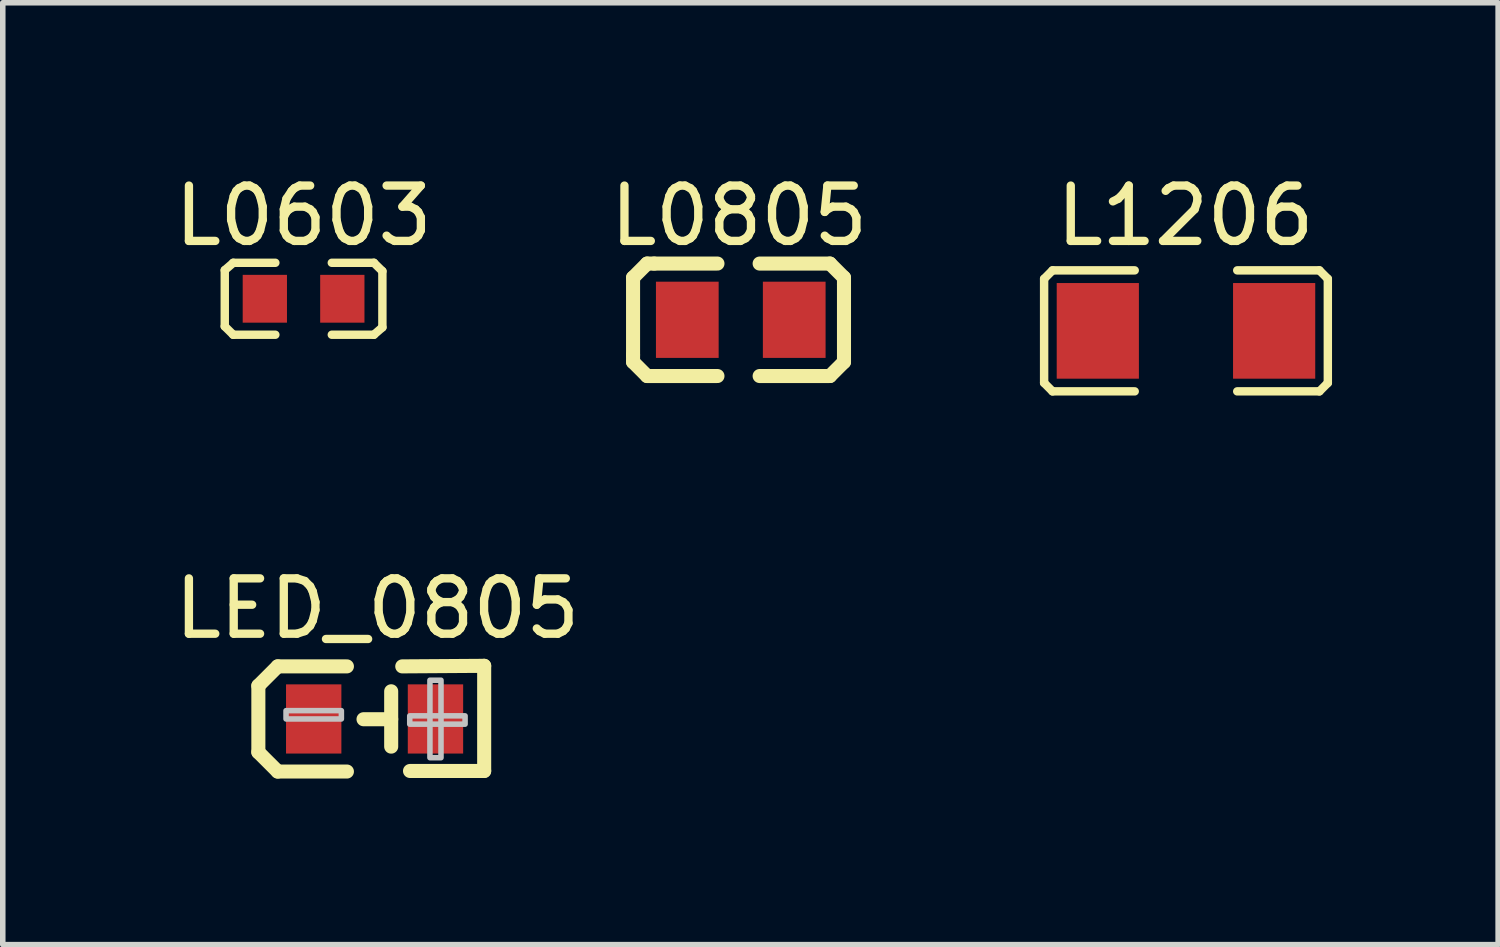
<source format=kicad_pcb>
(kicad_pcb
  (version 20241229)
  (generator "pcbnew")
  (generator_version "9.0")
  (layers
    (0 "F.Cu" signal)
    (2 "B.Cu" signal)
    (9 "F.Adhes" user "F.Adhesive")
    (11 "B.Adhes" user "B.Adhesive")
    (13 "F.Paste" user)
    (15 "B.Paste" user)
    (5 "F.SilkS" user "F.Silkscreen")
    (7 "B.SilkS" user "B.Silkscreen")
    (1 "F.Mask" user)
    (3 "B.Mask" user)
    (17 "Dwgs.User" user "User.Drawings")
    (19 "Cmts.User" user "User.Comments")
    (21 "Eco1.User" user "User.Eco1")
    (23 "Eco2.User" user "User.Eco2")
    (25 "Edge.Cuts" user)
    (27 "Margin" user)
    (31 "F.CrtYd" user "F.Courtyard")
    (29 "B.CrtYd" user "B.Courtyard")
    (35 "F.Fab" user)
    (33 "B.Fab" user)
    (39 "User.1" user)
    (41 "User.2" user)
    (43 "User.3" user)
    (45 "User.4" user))
  (footprint "L0603"
    (layer "F.Cu")
    (at 2.435 2.348)
    (property "Reference" "L0603" (at 0 -1.5 0) (layer "F.SilkS") (effects (font (size 1 1) (thickness 0.15))))
    (fp_line (start -1.424 -0.517) (end -1.27 -0.65) (stroke (width 0.152) (type default)) (layer "F.SilkS"))
    (fp_line (start -1.424 0.499) (end -1.424 -0.517) (stroke (width 0.152) (type default)) (layer "F.SilkS"))
    (fp_line (start -1.272 -0.65) (end -0.51 -0.65) (stroke (width 0.152) (type default)) (layer "F.SilkS"))
    (fp_line (start -1.272 0.65) (end -0.51 0.65) (stroke (width 0.152) (type default)) (layer "F.SilkS"))
    (fp_line (start -1.27 0.651) (end -1.424 0.499) (stroke (width 0.152) (type default)) (layer "F.SilkS"))
    (fp_line (start 1.27 -0.65) (end 1.424 -0.499) (stroke (width 0.152) (type default)) (layer "F.SilkS"))
    (fp_line (start 1.272 -0.65) (end 0.51 -0.65) (stroke (width 0.152) (type default)) (layer "F.SilkS"))
    (fp_line (start 1.272 0.65) (end 0.51 0.65) (stroke (width 0.152) (type default)) (layer "F.SilkS"))
    (fp_line (start 1.424 -0.499) (end 1.424 0.517) (stroke (width 0.152) (type default)) (layer "F.SilkS"))
    (fp_line (start 1.424 0.517) (end 1.27 0.65) (stroke (width 0.152) (type default)) (layer "F.SilkS"))
    (fp_poly (pts (xy -0.252 -0.143) (xy -0.252 0.134) (xy -0.526 0.427) (xy -1.029 0.427) (xy -1.093 0.363) (xy -1.093 -0.372) (xy -1.029 -0.436) (xy -0.526 -0.436)) (stroke (width 0) (type default)) (fill yes) (layer "F.Paste"))
    (fp_poly (pts (xy 0.264 -0.154) (xy 0.264 0.122) (xy 0.538 0.416) (xy 1.042 0.416) (xy 1.105 0.352) (xy 1.105 -0.384) (xy 1.042 -0.448) (xy 0.538 -0.448)) (stroke (width 0) (type default)) (fill yes) (layer "F.Paste"))
    (fp_poly (pts (xy -0.5 0.4) (xy -0.8 0.4) (xy -0.8 -0.4) (xy -0.5 -0.4)) (stroke (width 0.1) (type default)) (fill no) (layer "User.1"))
    (fp_poly (pts (xy 0.8 0.4) (xy 0.5 0.4) (xy 0.5 -0.4) (xy 0.8 -0.4)) (stroke (width 0.1) (type default)) (fill no) (layer "User.1"))
    (fp_line (start -0.8 -0.4) (end 0.8 -0.4) (stroke (width 0.051) (type default)) (layer "User.2"))
    (fp_line (start -0.8 0.4) (end -0.8 -0.4) (stroke (width 0.051) (type default)) (layer "User.2"))
    (fp_line (start 0.8 -0.4) (end 0.8 0.4) (stroke (width 0.051) (type default)) (layer "User.2"))
    (fp_line (start 0.8 0.4) (end -0.8 0.4) (stroke (width 0.051) (type default)) (layer "User.2"))
    (fp_poly (pts (xy -0.74 0.4) (xy -0.758 0.358) (xy -0.8 0.34) (xy -0.842 0.358) (xy -0.86 0.4) (xy -0.842 0.442) (xy -0.8 0.46) (xy -0.758 0.442)) (stroke (width 0.1) (type default)) (fill no) (layer "User.3"))
    (pad "1" smd rect (at -0.7 0 180) (size 0.8 0.864) (layers "F.Cu" "F.Mask" "F.Paste"))
    (pad "2" smd rect (at 0.7 0 180) (size 0.8 0.864) (layers "F.Cu" "F.Mask" "F.Paste")))
  (footprint "L1206"
    (layer "F.Cu")
    (at 18.378 2.928)
    (property "Reference" "L1206" (at -0.01 -2.08 0) (layer "F.SilkS") (effects (font (size 1 1) (thickness 0.15))))
    (fp_line (start -2.563 -0.94) (end -2.411 -1.093) (stroke (width 0.152) (type default)) (layer "F.SilkS"))
    (fp_line (start -2.563 0.94) (end -2.563 -0.94) (stroke (width 0.152) (type default)) (layer "F.SilkS"))
    (fp_line (start -2.411 -1.093) (end -0.926 -1.093) (stroke (width 0.152) (type default)) (layer "F.SilkS"))
    (fp_line (start -2.411 1.093) (end -2.563 0.94) (stroke (width 0.152) (type default)) (layer "F.SilkS"))
    (fp_line (start -0.926 1.093) (end -2.411 1.093) (stroke (width 0.152) (type default)) (layer "F.SilkS"))
    (fp_line (start 0.926 1.093) (end 2.411 1.093) (stroke (width 0.152) (type default)) (layer "F.SilkS"))
    (fp_line (start 2.411 -1.093) (end 0.926 -1.093) (stroke (width 0.152) (type default)) (layer "F.SilkS"))
    (fp_line (start 2.411 1.093) (end 2.563 0.94) (stroke (width 0.152) (type default)) (layer "F.SilkS"))
    (fp_line (start 2.563 -0.94) (end 2.411 -1.093) (stroke (width 0.152) (type default)) (layer "F.SilkS"))
    (fp_line (start 2.563 0.94) (end 2.563 -0.94) (stroke (width 0.152) (type default)) (layer "F.SilkS"))
    (fp_poly (pts (xy -0.85 0.764) (xy -0.85 0.394) (xy -0.95 0.294) (xy -1.255 0.294) (xy -1.355 0.194) (xy -1.355 -0.194) (xy -1.255 -0.294) (xy -0.95 -0.294) (xy -0.85 -0.394) (xy -0.85 -0.764) (xy -0.95 -0.864) (xy -2.235 -0.864) (xy -2.335 -0.764) (xy -2.335 0.764) (xy -2.235 0.864) (xy -0.95 0.864)) (stroke (width 0) (type default)) (fill yes) (layer "F.Paste"))
    (fp_poly (pts (xy 0.85 0.764) (xy 0.85 0.394) (xy 0.95 0.294) (xy 1.255 0.294) (xy 1.355 0.194) (xy 1.355 -0.194) (xy 1.255 -0.294) (xy 0.95 -0.294) (xy 0.85 -0.394) (xy 0.85 -0.764) (xy 0.95 -0.864) (xy 2.235 -0.864) (xy 2.335 -0.764) (xy 2.335 0.764) (xy 2.235 0.864) (xy 0.95 0.864)) (stroke (width 0) (type default)) (fill yes) (layer "F.Paste"))
    (fp_poly (pts (xy -1.6 0.8) (xy -1.6 -0.8) (xy -1.1 -0.8) (xy -1.1 0.8)) (stroke (width 0.1) (type default)) (fill no) (layer "User.1"))
    (fp_poly (pts (xy 1.6 0.8) (xy 1.6 -0.8) (xy 1.1 -0.8) (xy 1.1 0.8)) (stroke (width 0.1) (type default)) (fill no) (layer "User.1"))
    (fp_line (start -1.6 -0.8) (end 1.6 -0.8) (stroke (width 0.051) (type default)) (layer "User.2"))
    (fp_line (start -1.6 0.8) (end -1.6 -0.8) (stroke (width 0.051) (type default)) (layer "User.2"))
    (fp_line (start 1.6 -0.8) (end 1.6 0.8) (stroke (width 0.051) (type default)) (layer "User.2"))
    (fp_line (start 1.6 0.8) (end -1.6 0.8) (stroke (width 0.051) (type default)) (layer "User.2"))
    (fp_poly (pts (xy -1.54 0.8) (xy -1.558 0.758) (xy -1.6 0.74) (xy -1.642 0.758) (xy -1.66 0.8) (xy -1.642 0.842) (xy -1.6 0.86) (xy -1.558 0.842)) (stroke (width 0.1) (type default)) (fill no) (layer "User.3"))
    (pad "1" smd rect (at -1.593 0) (size 1.485 1.728) (layers "F.Cu" "F.Mask" "F.Paste"))
    (pad "2" smd rect (at 1.593 0) (size 1.485 1.728) (layers "F.Cu" "F.Mask" "F.Paste")))
  (footprint "LED_0805"
    (layer "F.Cu")
    (at 3.768 9.945)
    (property "Reference" "LED_0805" (at 0 -2 0) (layer "F.SilkS") (effects (font (size 1 1) (thickness 0.15))))
    (fp_line (start -2.15 -0.605) (end -2.15 0.595) (stroke (width 0.254) (type default)) (layer "F.SilkS"))
    (fp_line (start -1.8 -0.955) (end -2.15 -0.605) (stroke (width 0.254) (type default)) (layer "F.SilkS"))
    (fp_line (start -1.8 0.945) (end -2.15 0.595) (stroke (width 0.254) (type default)) (layer "F.SilkS"))
    (fp_line (start -0.55 -0.955) (end -1.8 -0.955) (stroke (width 0.254) (type default)) (layer "F.SilkS"))
    (fp_line (start -0.55 0.945) (end -1.8 0.945) (stroke (width 0.254) (type default)) (layer "F.SilkS"))
    (fp_line (start 0.25 -0.505) (end 0.25 0.495) (stroke (width 0.254) (type default)) (layer "F.SilkS"))
    (fp_line (start 0.25 0) (end -0.25 0) (stroke (width 0.254) (type default)) (layer "F.SilkS"))
    (fp_line (start 0.45 -0.955) (end 1.93 -0.965) (stroke (width 0.254) (type default)) (layer "F.SilkS"))
    (fp_line (start 0.59 0.935) (end 1.93 0.935) (stroke (width 0.254) (type default)) (layer "F.SilkS"))
    (fp_line (start 1.93 -0.965) (end 1.93 0.935) (stroke (width 0.254) (type default)) (layer "F.SilkS"))
    (fp_poly (pts (xy -1.65 -0.005) (xy -0.65 -0.005) (xy -0.65 -0.155) (xy -1.65 -0.155)) (stroke (width 0.1) (type default)) (fill no) (layer "Dwgs.User"))
    (fp_poly (pts (xy 0.585 0.089) (xy 1.585 0.089) (xy 1.585 -0.061) (xy 0.585 -0.061)) (stroke (width 0.1) (type default)) (fill no) (layer "Dwgs.User"))
    (fp_poly (pts (xy 0.95 -0.705) (xy 1.15 -0.705) (xy 1.15 0.695) (xy 0.95 0.695)) (stroke (width 0.1) (type default)) (fill no) (layer "Dwgs.User"))
    (fp_poly (pts (xy -0.7 0.62) (xy -1.05 0.62) (xy -1.05 -0.63) (xy -0.7 -0.63)) (stroke (width 0.1) (type default)) (fill no) (layer "User.1"))
    (fp_poly (pts (xy 0.95 0.62) (xy 0.6 0.62) (xy 0.6 -0.63) (xy 0.95 -0.63)) (stroke (width 0.1) (type default)) (fill no) (layer "User.1"))
    (fp_line (start -1.05 -0.63) (end 0.95 -0.63) (stroke (width 0.051) (type default)) (layer "User.2"))
    (fp_line (start -1.05 0.62) (end -1.05 -0.63) (stroke (width 0.051) (type default)) (layer "User.2"))
    (fp_line (start 0.95 -0.63) (end 0.95 0.62) (stroke (width 0.051) (type default)) (layer "User.2"))
    (fp_line (start 0.95 0.62) (end -1.05 0.62) (stroke (width 0.051) (type default)) (layer "User.2"))
    (fp_poly (pts (xy -0.99 -0.63) (xy -1.008 -0.673) (xy -1.05 -0.691) (xy -1.092 -0.673) (xy -1.11 -0.63) (xy -1.092 -0.588) (xy -1.05 -0.571) (xy -1.008 -0.588)) (stroke (width 0.1) (type default)) (fill no) (layer "User.3"))
    (pad "1" smd rect (at -1.15 -0.005 180) (size 1 1.25) (layers "F.Cu" "F.Mask" "F.Paste"))
    (pad "2" smd rect (at 1.05 -0.005 180) (size 1 1.25) (layers "F.Cu" "F.Mask" "F.Paste")))
  (footprint "L0805"
    (layer "F.Cu")
    (at 10.334 2.728)
    (property "Reference" "L0805" (at -0.03 -1.88 0) (layer "F.SilkS") (effects (font (size 1 1) (thickness 0.15))))
    (fp_line (start -1.946 -0.762) (end -1.946 0.635) (stroke (width 0.254) (type default)) (layer "F.SilkS"))
    (fp_line (start -1.946 0.635) (end -1.946 0.762) (stroke (width 0.254) (type default)) (layer "F.SilkS"))
    (fp_line (start -1.946 0.762) (end -1.692 1.016) (stroke (width 0.254) (type default)) (layer "F.SilkS"))
    (fp_line (start -1.692 -1.016) (end -1.946 -0.762) (stroke (width 0.254) (type default)) (layer "F.SilkS"))
    (fp_line (start -1.692 1.016) (end -0.421 1.016) (stroke (width 0.254) (type default)) (layer "F.SilkS"))
    (fp_line (start -1.565 -1.016) (end -1.692 -1.016) (stroke (width 0.254) (type default)) (layer "F.SilkS"))
    (fp_line (start -0.421 -1.016) (end -1.565 -1.016) (stroke (width 0.254) (type default)) (layer "F.SilkS"))
    (fp_line (start 0.341 1.016) (end 1.484 1.016) (stroke (width 0.254) (type default)) (layer "F.SilkS"))
    (fp_line (start 1.484 1.016) (end 1.611 1.016) (stroke (width 0.254) (type default)) (layer "F.SilkS"))
    (fp_line (start 1.611 -1.016) (end 0.341 -1.016) (stroke (width 0.254) (type default)) (layer "F.SilkS"))
    (fp_line (start 1.611 1.016) (end 1.865 0.762) (stroke (width 0.254) (type default)) (layer "F.SilkS"))
    (fp_line (start 1.865 -0.762) (end 1.611 -1.016) (stroke (width 0.254) (type default)) (layer "F.SilkS"))
    (fp_line (start 1.865 -0.635) (end 1.865 -0.762) (stroke (width 0.254) (type default)) (layer "F.SilkS"))
    (fp_line (start 1.865 0.762) (end 1.865 -0.635) (stroke (width 0.254) (type default)) (layer "F.SilkS"))
    (fp_poly (pts (xy -0.36 0.22) (xy -0.36 -0.221) (xy -0.745 -0.689) (xy -1.433 -0.689) (xy -1.532 -0.589) (xy -1.532 0.589) (xy -1.433 0.689) (xy -0.745 0.689)) (stroke (width 0) (type default)) (fill yes) (layer "F.Paste"))
    (fp_poly (pts (xy 0.36 0.22) (xy 0.36 -0.221) (xy 0.745 -0.689) (xy 1.433 -0.689) (xy 1.532 -0.589) (xy 1.532 0.589) (xy 1.433 0.689) (xy 0.745 0.689)) (stroke (width 0) (type default)) (fill yes) (layer "F.Paste"))
    (fp_poly (pts (xy -1 0.637) (xy -1 -0.637) (xy -0.6 -0.637) (xy -0.6 0.637)) (stroke (width 0.1) (type default)) (fill no) (layer "User.1"))
    (fp_poly (pts (xy 1 0.637) (xy 1 -0.637) (xy 0.6 -0.637) (xy 0.6 0.637)) (stroke (width 0.1) (type default)) (fill no) (layer "User.1"))
    (fp_line (start -1 -0.637) (end 1 -0.637) (stroke (width 0.051) (type default)) (layer "User.2"))
    (fp_line (start -1 0.637) (end -1 -0.637) (stroke (width 0.051) (type default)) (layer "User.2"))
    (fp_line (start 1 -0.637) (end 1 0.637) (stroke (width 0.051) (type default)) (layer "User.2"))
    (fp_line (start 1 0.637) (end -1 0.637) (stroke (width 0.051) (type default)) (layer "User.2"))
    (fp_poly (pts (xy -0.94 0.637) (xy -0.958 0.595) (xy -1 0.578) (xy -1.042 0.595) (xy -1.06 0.637) (xy -1.042 0.68) (xy -1 0.698) (xy -0.958 0.68)) (stroke (width 0.1) (type default)) (fill no) (layer "User.3"))
    (pad "1" smd rect (at -0.966 0) (size 1.133 1.377) (layers "F.Cu" "F.Mask" "F.Paste"))
    (pad "2" smd rect (at 0.966 0) (size 1.133 1.377) (layers "F.Cu" "F.Mask" "F.Paste")))
  (gr_rect
    (start -3 -3)
    (end 24.018 14.017)
    (stroke (width 0.1) (type default))
    (fill no)
    (layer "Edge.Cuts")))
</source>
